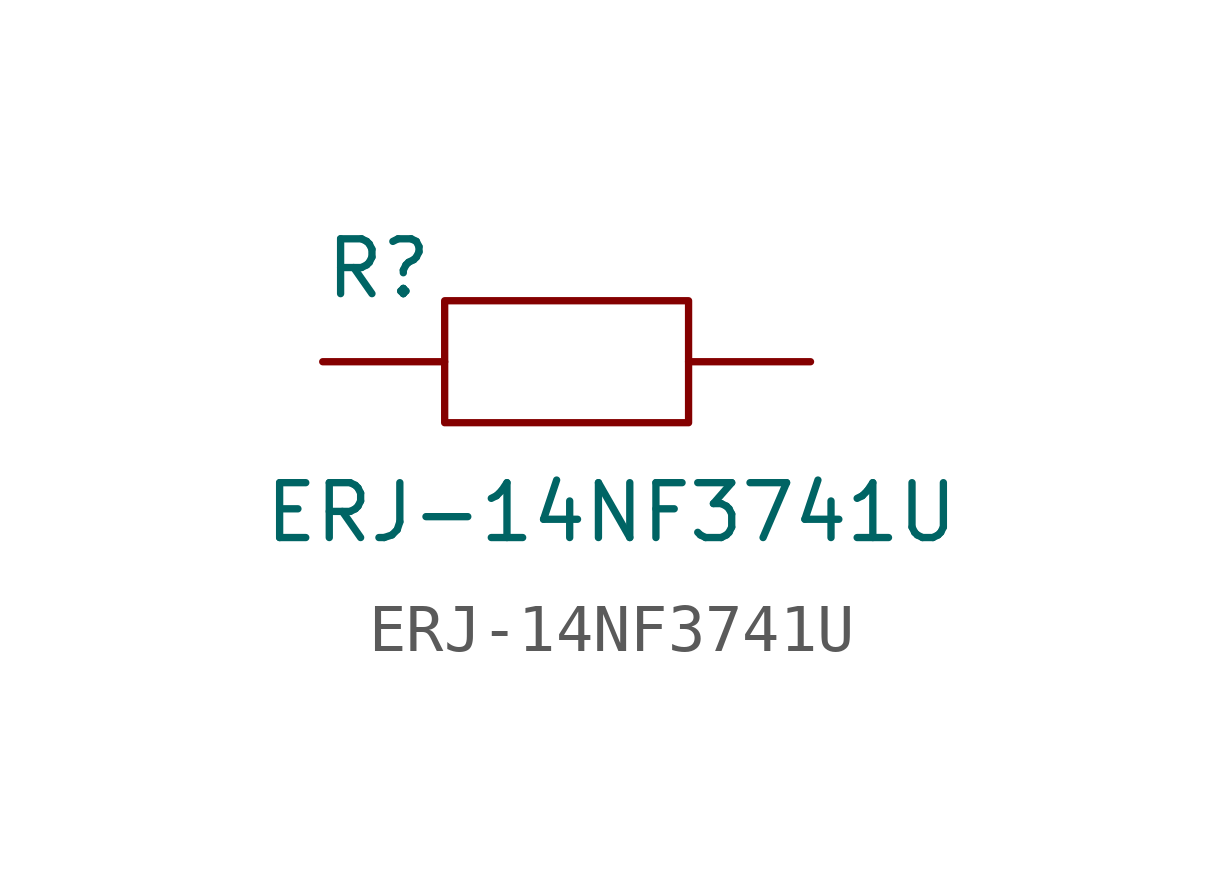
<source format=kicad_sym>
(kicad_symbol_lib
  (version 20211014)
  (generator kicad_symbol_editor)
  (symbol "ERJ-14NF3741U"
    (pin_numbers hide)
    (pin_names
      (offset 1.016) hide)
    (property "Reference" "R"
      (at -5.08 1.27 0)
      (effects (font (size 1.143 1.143)) (justify left bottom)))
    (property "Value" "ERJ-14NF3741U"
      (at -6.35 -3.81 0)
      (effects (font (size 1.143 1.143)) (justify left bottom)))
    (symbol "ERJ-14NF3741U_0_1"
      (rectangle (start -2.54 1.27) (end 2.54 -1.27) (stroke (width 0) (type default) (color 0 0 0 0)) (fill (type none))))
    (symbol "ERJ-14NF3741U_1_1"
      (pin passive line (at -5.08 0 0) (length 2.54) (name "1" (effects (font (size 1.016 1.016)))) (number "1" (effects (font (size 1.016 1.016)))))
      (pin passive line (at 5.08 0 180) (length 2.54) (name "2" (effects (font (size 1.016 1.016)))) (number "2" (effects (font (size 1.016 1.016))))))))
</source>
